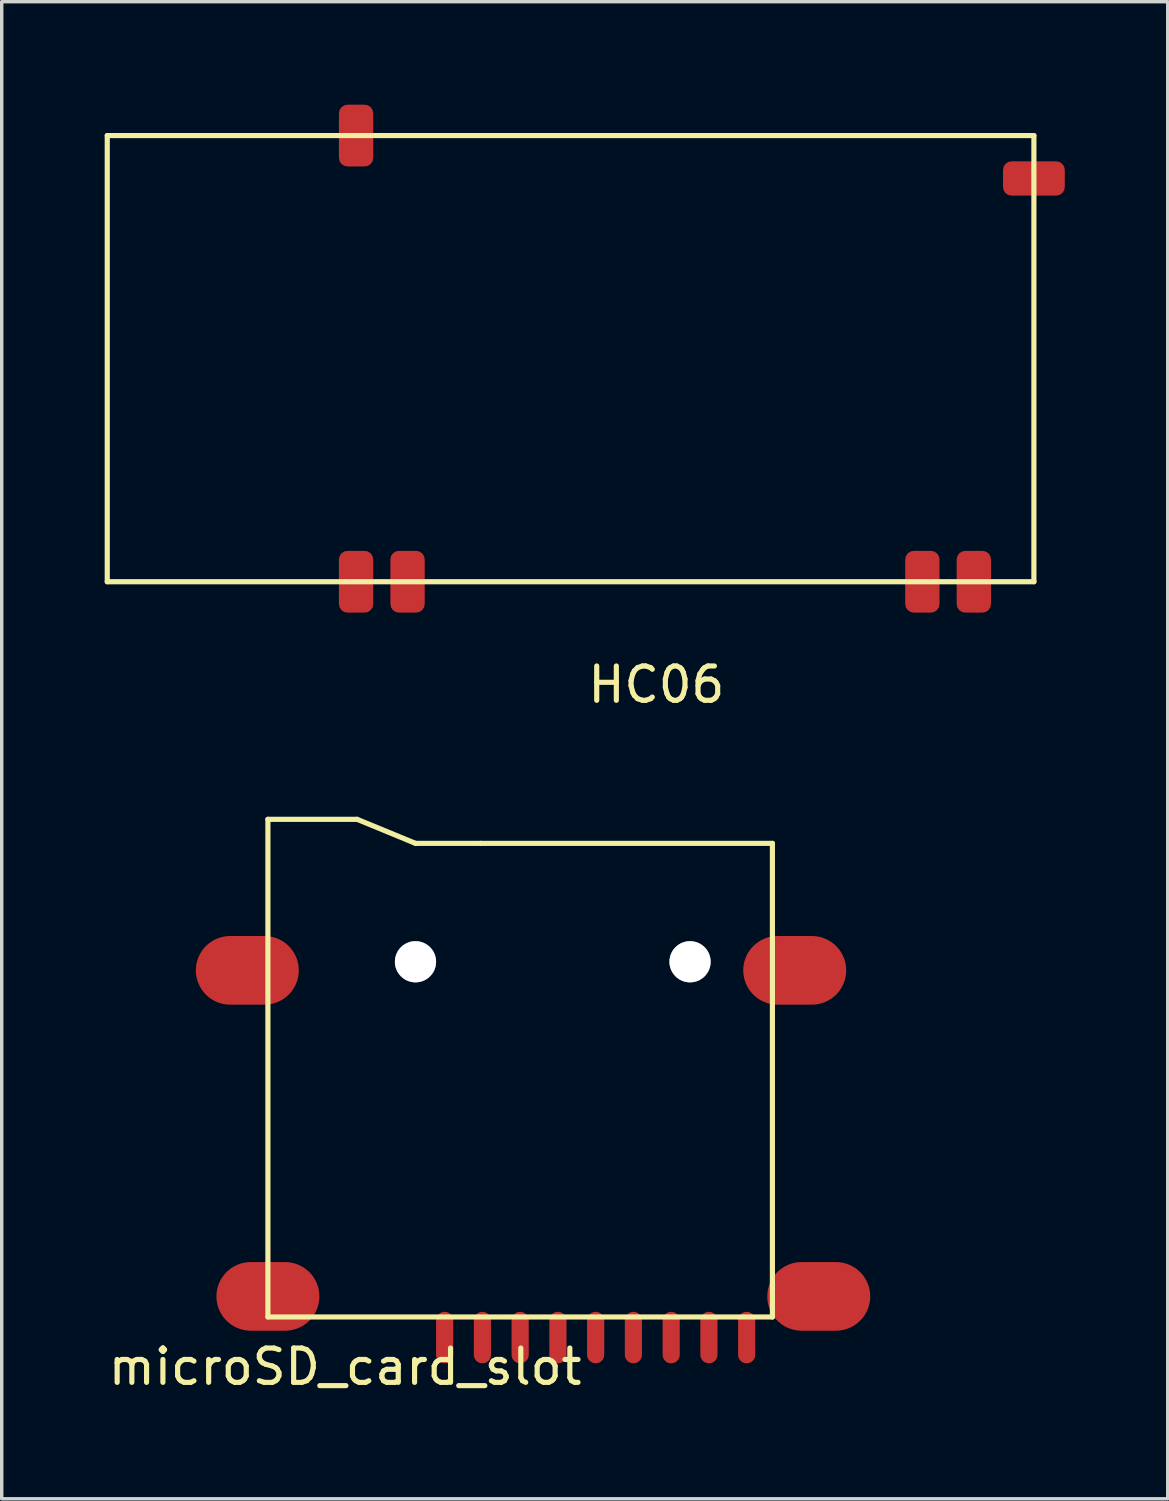
<source format=kicad_pcb>
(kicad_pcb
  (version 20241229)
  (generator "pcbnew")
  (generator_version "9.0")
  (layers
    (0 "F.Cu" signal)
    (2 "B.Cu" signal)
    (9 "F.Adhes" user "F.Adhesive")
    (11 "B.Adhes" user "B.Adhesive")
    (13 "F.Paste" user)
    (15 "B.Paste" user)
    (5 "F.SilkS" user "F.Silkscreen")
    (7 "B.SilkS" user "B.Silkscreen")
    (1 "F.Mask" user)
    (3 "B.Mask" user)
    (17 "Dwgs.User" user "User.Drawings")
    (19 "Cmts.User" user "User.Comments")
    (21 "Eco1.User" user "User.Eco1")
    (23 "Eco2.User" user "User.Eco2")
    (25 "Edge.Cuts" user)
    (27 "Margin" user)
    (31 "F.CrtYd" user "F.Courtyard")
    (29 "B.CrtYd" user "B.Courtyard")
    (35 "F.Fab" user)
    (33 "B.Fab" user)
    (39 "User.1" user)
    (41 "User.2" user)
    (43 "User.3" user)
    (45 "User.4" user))
  (footprint "HC06"
    (layer "F.Cu")
    (at 13.575 7.4)
    (property "Reference" "HC06" (at 2.5 9.5 0) (layer "F.SilkS") (effects (font (size 1 1) (thickness 0.15))))
    (attr through_hole)
    (fp_line (start -13.5 -6.5) (end 13.5 -6.5) (stroke (width 0.15) (type solid)) (layer "F.SilkS"))
    (fp_line (start -13.5 6.5) (end -13.5 -6.5) (stroke (width 0.15) (type solid)) (layer "F.SilkS"))
    (fp_line (start 13.5 -6.5) (end 13.5 6.5) (stroke (width 0.15) (type solid)) (layer "F.SilkS"))
    (fp_line (start 13.5 6.5) (end -13.5 6.5) (stroke (width 0.15) (type solid)) (layer "F.SilkS"))
    (pad "1" smd roundrect (at -6.25 6.5) (size 1 1.8) (layers "F.Cu" "F.Mask" "F.Paste") (roundrect_rratio 0.25))
    (pad "2" smd roundrect (at -4.75 6.5) (size 1 1.8) (layers "F.Cu" "F.Mask" "F.Paste") (roundrect_rratio 0.25))
    (pad "12" smd roundrect (at 10.25 6.5) (size 1 1.8) (layers "F.Cu" "F.Mask" "F.Paste") (roundrect_rratio 0.25))
    (pad "13" smd roundrect (at 11.75 6.5) (size 1 1.8) (layers "F.Cu" "F.Mask" "F.Paste") (roundrect_rratio 0.25))
    (pad "21" smd roundrect (at 13.5 -5.25 90) (size 1 1.8) (layers "F.Cu" "F.Mask" "F.Paste") (roundrect_rratio 0.25))
    (pad "34" smd roundrect (at -6.25 -6.5) (size 1 1.8) (layers "F.Cu" "F.Mask" "F.Paste") (roundrect_rratio 0.25)))
  (footprint "microSD_card_slot"
    (layer "F.Cu")
    (at 4.756 35.323)
    (property "Reference" "microSD_card_slot" (at 2.25 1.45 0) (layer "F.SilkS") (effects (font (size 1 1) (thickness 0.15))))
    (attr through_hole)
    (fp_line (start 0 0) (end 0 -14.5) (stroke (width 0.15) (type solid)) (layer "F.SilkS"))
    (fp_line (start 2.6 -14.5) (end 0 -14.5) (stroke (width 0.15) (type solid)) (layer "F.SilkS"))
    (fp_line (start 4.3 -13.8) (end 2.6 -14.5) (stroke (width 0.15) (type solid)) (layer "F.SilkS"))
    (fp_line (start 6.2 -13.8) (end 4.3 -13.8) (stroke (width 0.15) (type solid)) (layer "F.SilkS"))
    (fp_line (start 14.7 -13.8) (end 6.2 -13.8) (stroke (width 0.15) (type solid)) (layer "F.SilkS"))
    (fp_line (start 14.7 0) (end 0 0) (stroke (width 0.15) (type solid)) (layer "F.SilkS"))
    (fp_line (start 14.7 0) (end 14.7 -13.8) (stroke (width 0.15) (type solid)) (layer "F.SilkS"))
    (pad "1" smd oval (at 5.15 0.6 270) (size 1.5 0.5) (layers "F.Cu" "F.Mask" "F.Paste"))
    (pad "2" smd oval (at 6.25 0.6 270) (size 1.5 0.5) (layers "F.Cu" "F.Mask" "F.Paste"))
    (pad "3" smd oval (at 7.35 0.6 270) (size 1.5 0.5) (layers "F.Cu" "F.Mask" "F.Paste"))
    (pad "4" smd oval (at 8.45 0.6 270) (size 1.5 0.5) (layers "F.Cu" "F.Mask" "F.Paste"))
    (pad "5" smd oval (at 9.55 0.6 270) (size 1.5 0.5) (layers "F.Cu" "F.Mask" "F.Paste"))
    (pad "6" smd oval (at 10.65 0.6 270) (size 1.5 0.5) (layers "F.Cu" "F.Mask" "F.Paste"))
    (pad "7" smd oval (at 11.75 0.6 270) (size 1.5 0.5) (layers "F.Cu" "F.Mask" "F.Paste"))
    (pad "8" smd oval (at 12.85 0.6 270) (size 1.5 0.5) (layers "F.Cu" "F.Mask" "F.Paste"))
    (pad "9" smd oval (at 13.95 0.6 270) (size 1.5 0.5) (layers "F.Cu" "F.Mask" "F.Paste"))
    (pad "10" smd oval (at -0.6 -10.1 180) (size 3 2) (layers "F.Cu" "F.Mask" "F.Paste"))
    (pad "10" smd oval (at 0 -0.6 180) (size 3 2) (layers "F.Cu" "F.Mask" "F.Paste"))
    (pad "10" thru_hole circle (at 4.3 -10.35) (size 1.2 1.2) (drill 1.2) (layers "*.Cu" "*.Mask"))
    (pad "10" thru_hole circle (at 12.3 -10.35) (size 1.2 1.2) (drill 1.2) (layers "*.Cu" "*.Mask"))
    (pad "10" smd oval (at 15.35 -10.1 180) (size 3 2) (layers "F.Cu" "F.Mask" "F.Paste"))
    (pad "10" smd oval (at 16.05 -0.6 180) (size 3 2) (layers "F.Cu" "F.Mask" "F.Paste")))
  (gr_rect
    (start -3 -3)
    (end 30.975 40.621)
    (stroke (width 0.1) (type default))
    (fill no)
    (layer "Edge.Cuts")))
</source>
